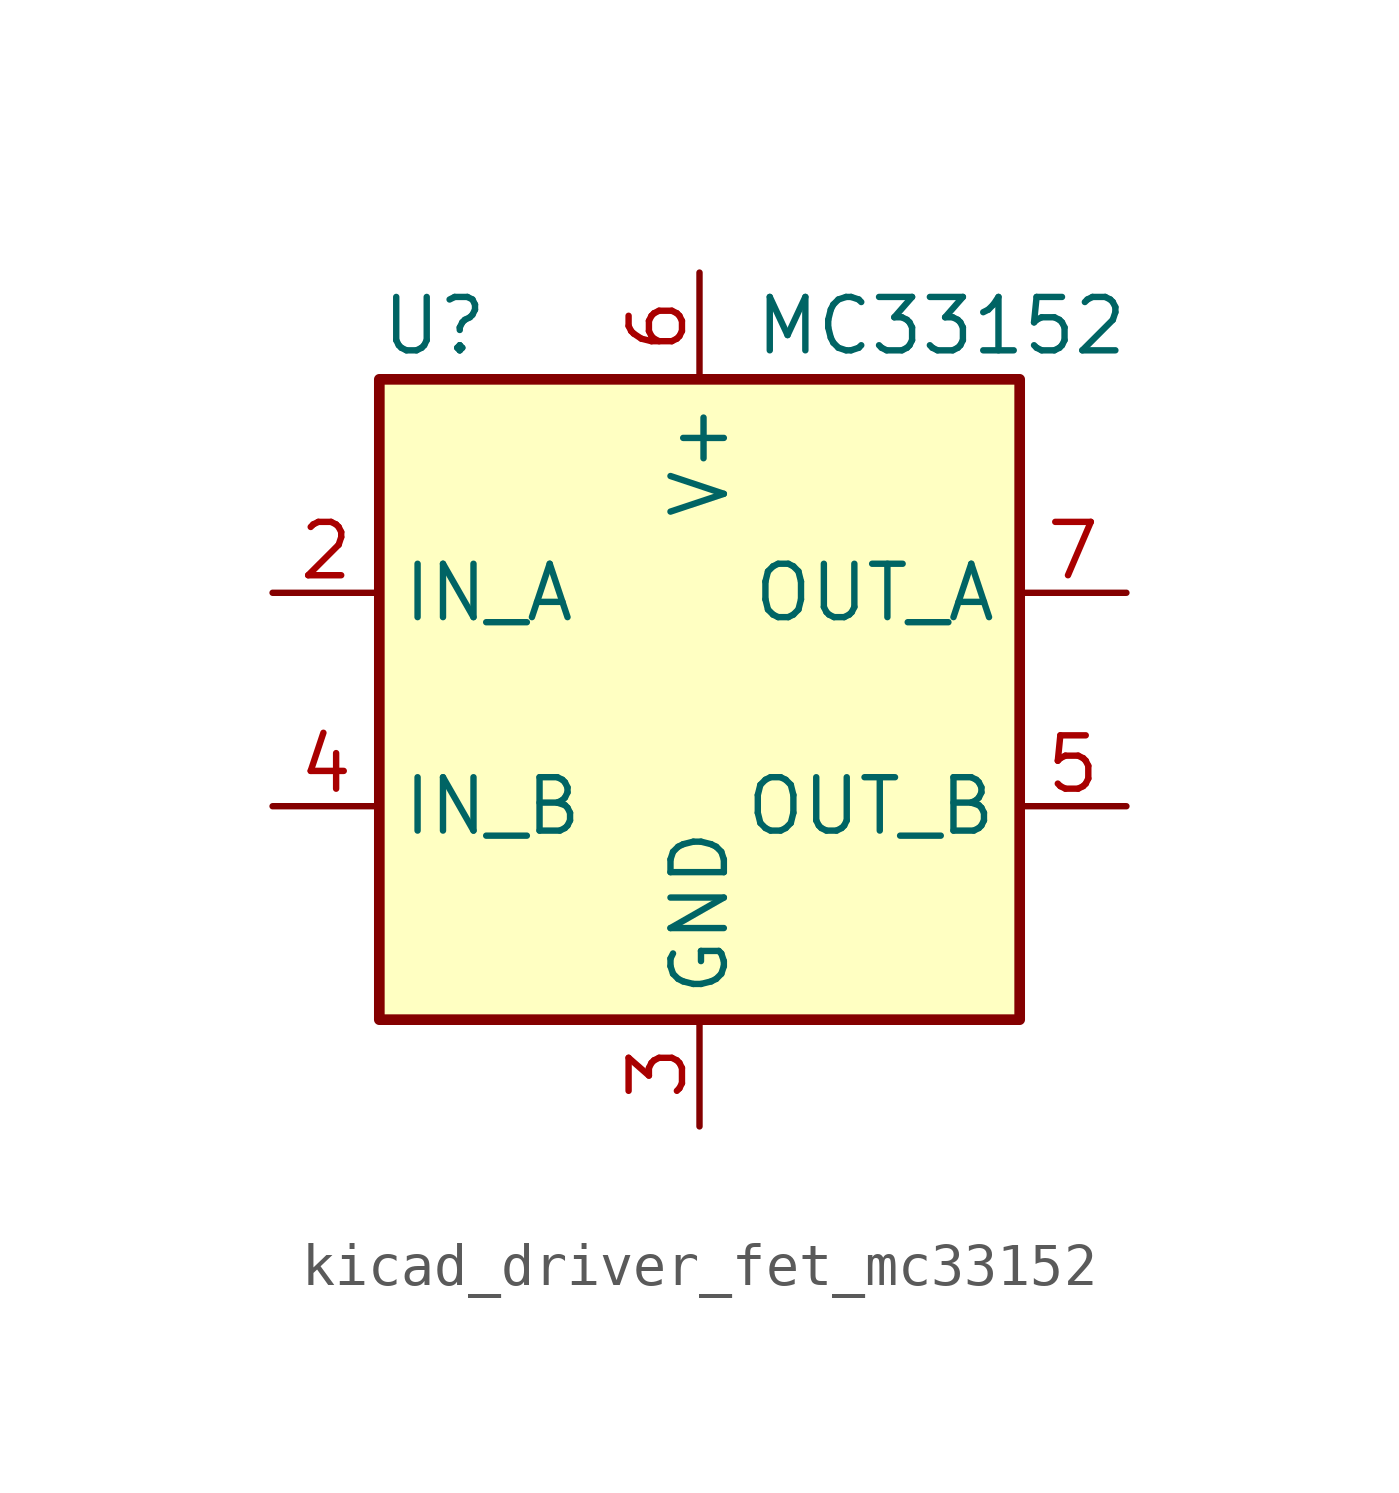
<source format=kicad_sym>
(kicad_symbol_lib
  (version 20220914)
  (generator kicad_symbol_editor)
  (symbol "kicad_driver_fet_mc33152"
    (property "Reference" "U"
      (at -7.62 8.89 0)
      (effects (font (size 1.27 1.27)) (justify left)))
    (property "Value" "MC33152"
      (at 1.27 8.89 0)
      (effects (font (size 1.27 1.27)) (justify left)))
    (symbol "kicad_driver_fet_mc33152_0_1"
      (rectangle (start -7.62 -7.62) (end 7.62 7.62) (stroke (width 0.254) (type default)) (fill (type background))))
    (symbol "kicad_driver_fet_mc33152_1_1"
      (pin no_connect line (at -7.62 0 0) (length 2.54) hide (name "NC" (effects (font (size 1.27 1.27)))) (number "1" (effects (font (size 1.27 1.27)))))
      (pin input line (at -10.16 2.54 0) (length 2.54) (name "IN_A" (effects (font (size 1.27 1.27)))) (number "2" (effects (font (size 1.27 1.27)))))
      (pin power_in line (at 0 -10.16 90) (length 2.54) (name "GND" (effects (font (size 1.27 1.27)))) (number "3" (effects (font (size 1.27 1.27)))))
      (pin input line (at -10.16 -2.54 0) (length 2.54) (name "IN_B" (effects (font (size 1.27 1.27)))) (number "4" (effects (font (size 1.27 1.27)))))
      (pin output line (at 10.16 -2.54 180) (length 2.54) (name "OUT_B" (effects (font (size 1.27 1.27)))) (number "5" (effects (font (size 1.27 1.27)))))
      (pin power_in line (at 0 10.16 270) (length 2.54) (name "V+" (effects (font (size 1.27 1.27)))) (number "6" (effects (font (size 1.27 1.27)))))
      (pin output line (at 10.16 2.54 180) (length 2.54) (name "OUT_A" (effects (font (size 1.27 1.27)))) (number "7" (effects (font (size 1.27 1.27)))))
      (pin no_connect line (at 7.62 0 180) (length 2.54) hide (name "NC" (effects (font (size 1.27 1.27)))) (number "8" (effects (font (size 1.27 1.27))))))))
</source>
